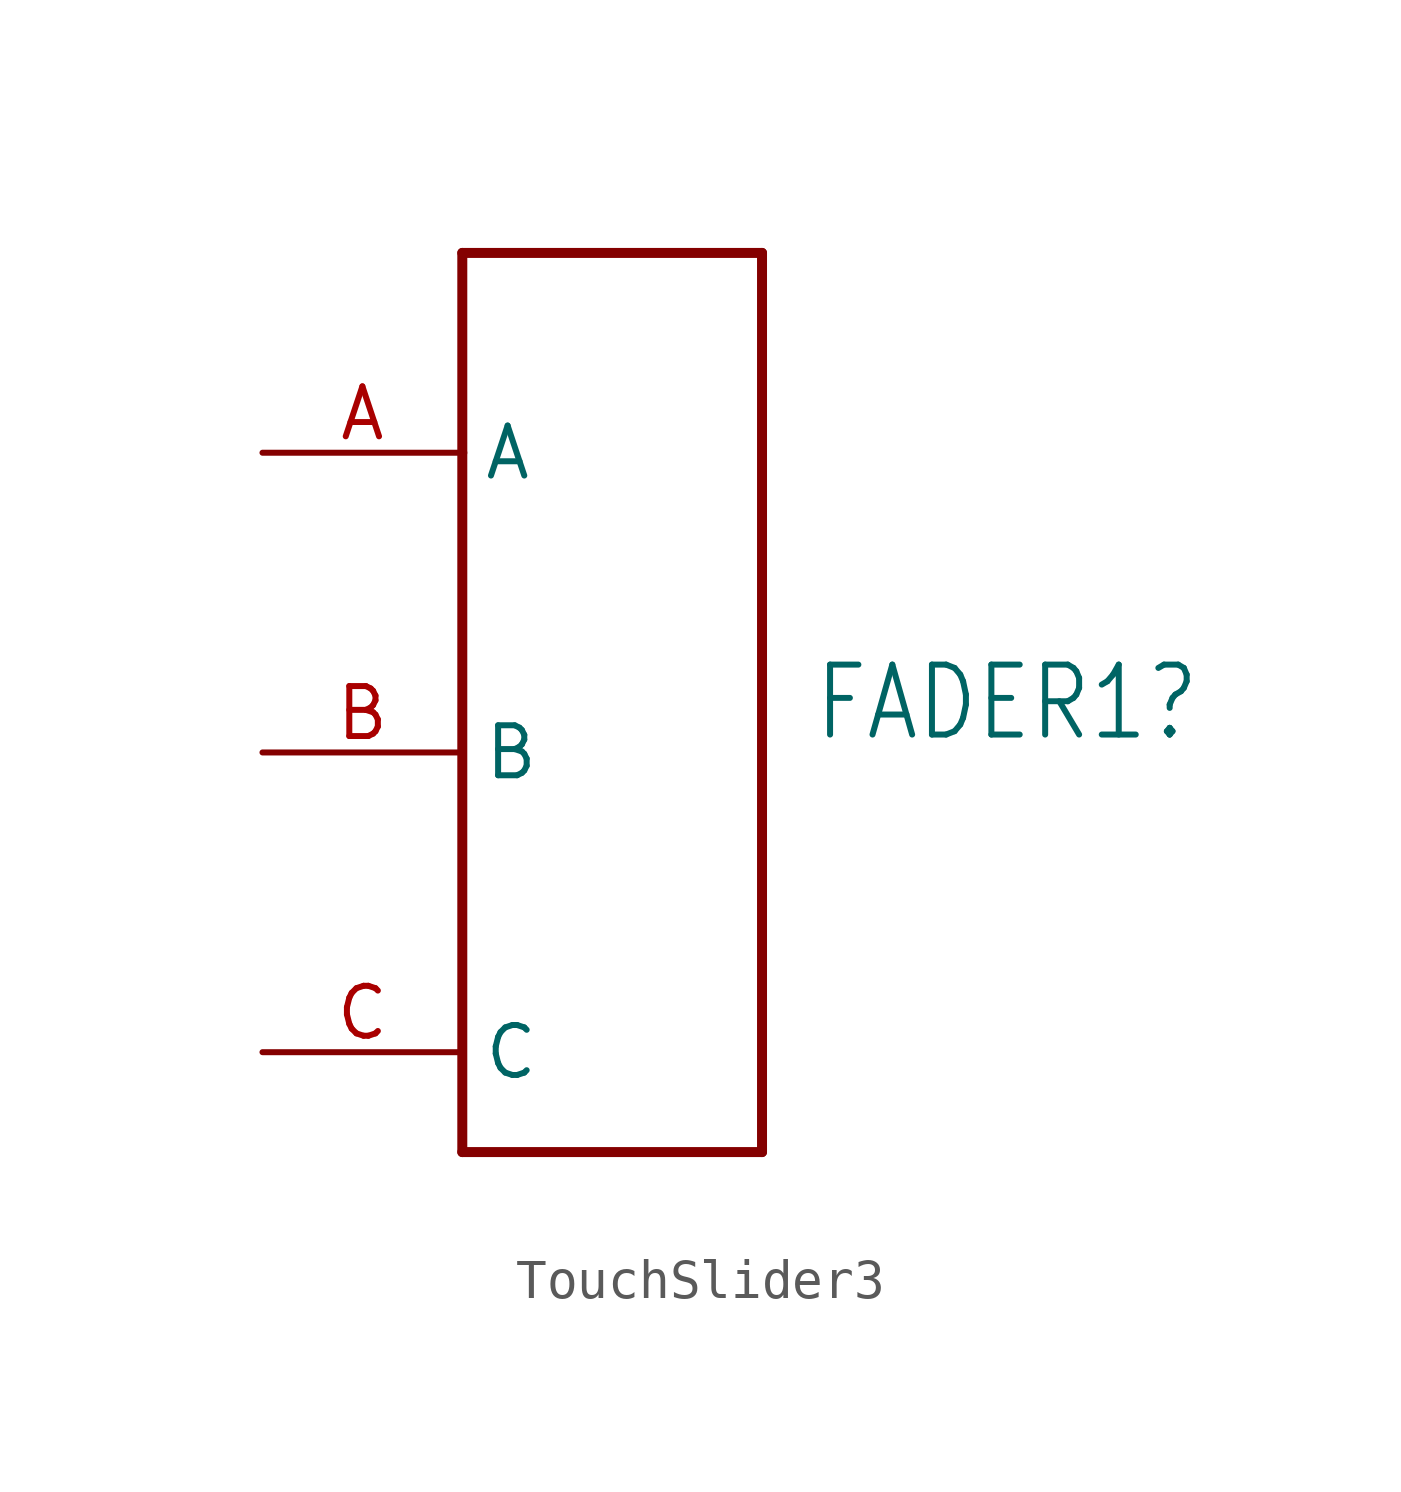
<source format=kicad_sym>
(kicad_symbol_lib
  (version 20231120)
  (generator "kicad_symbol_editor")
  (generator_version "8.0")
  (symbol "TouchSlider3"
    (property "Reference" "FADER1"
      (at 3.81 1.27 0)
      (effects (font (size 1.778 1.511)) (justify left)))
    (symbol "TouchSlider3_1_0"
      (polyline (pts (xy -5.08 -10.16) (xy 2.54 -10.16)) (stroke (width 0.254) (type solid)) (fill (type none)))
      (polyline (pts (xy -5.08 7.62) (xy -5.08 -10.16)) (stroke (width 0.254) (type solid)) (fill (type none)))
      (polyline (pts (xy -5.08 12.7) (xy -5.08 7.62)) (stroke (width 0.254) (type solid)) (fill (type none)))
      (polyline (pts (xy 2.54 -10.16) (xy 2.54 12.7)) (stroke (width 0.254) (type solid)) (fill (type none)))
      (polyline (pts (xy 2.54 12.7) (xy -5.08 12.7)) (stroke (width 0.254) (type solid)) (fill (type none)))
      (pin bidirectional line (at -10.16 7.62 0) (length 5.08) (name "A" (effects (font (size 1.27 1.27)))) (number "A" (effects (font (size 1.27 1.27)))))
      (pin bidirectional line (at -10.16 0 0) (length 5.08) (name "B" (effects (font (size 1.27 1.27)))) (number "B" (effects (font (size 1.27 1.27)))))
      (pin bidirectional line (at -10.16 -7.62 0) (length 5.08) (name "C" (effects (font (size 1.27 1.27)))) (number "C" (effects (font (size 1.27 1.27))))))))
</source>
